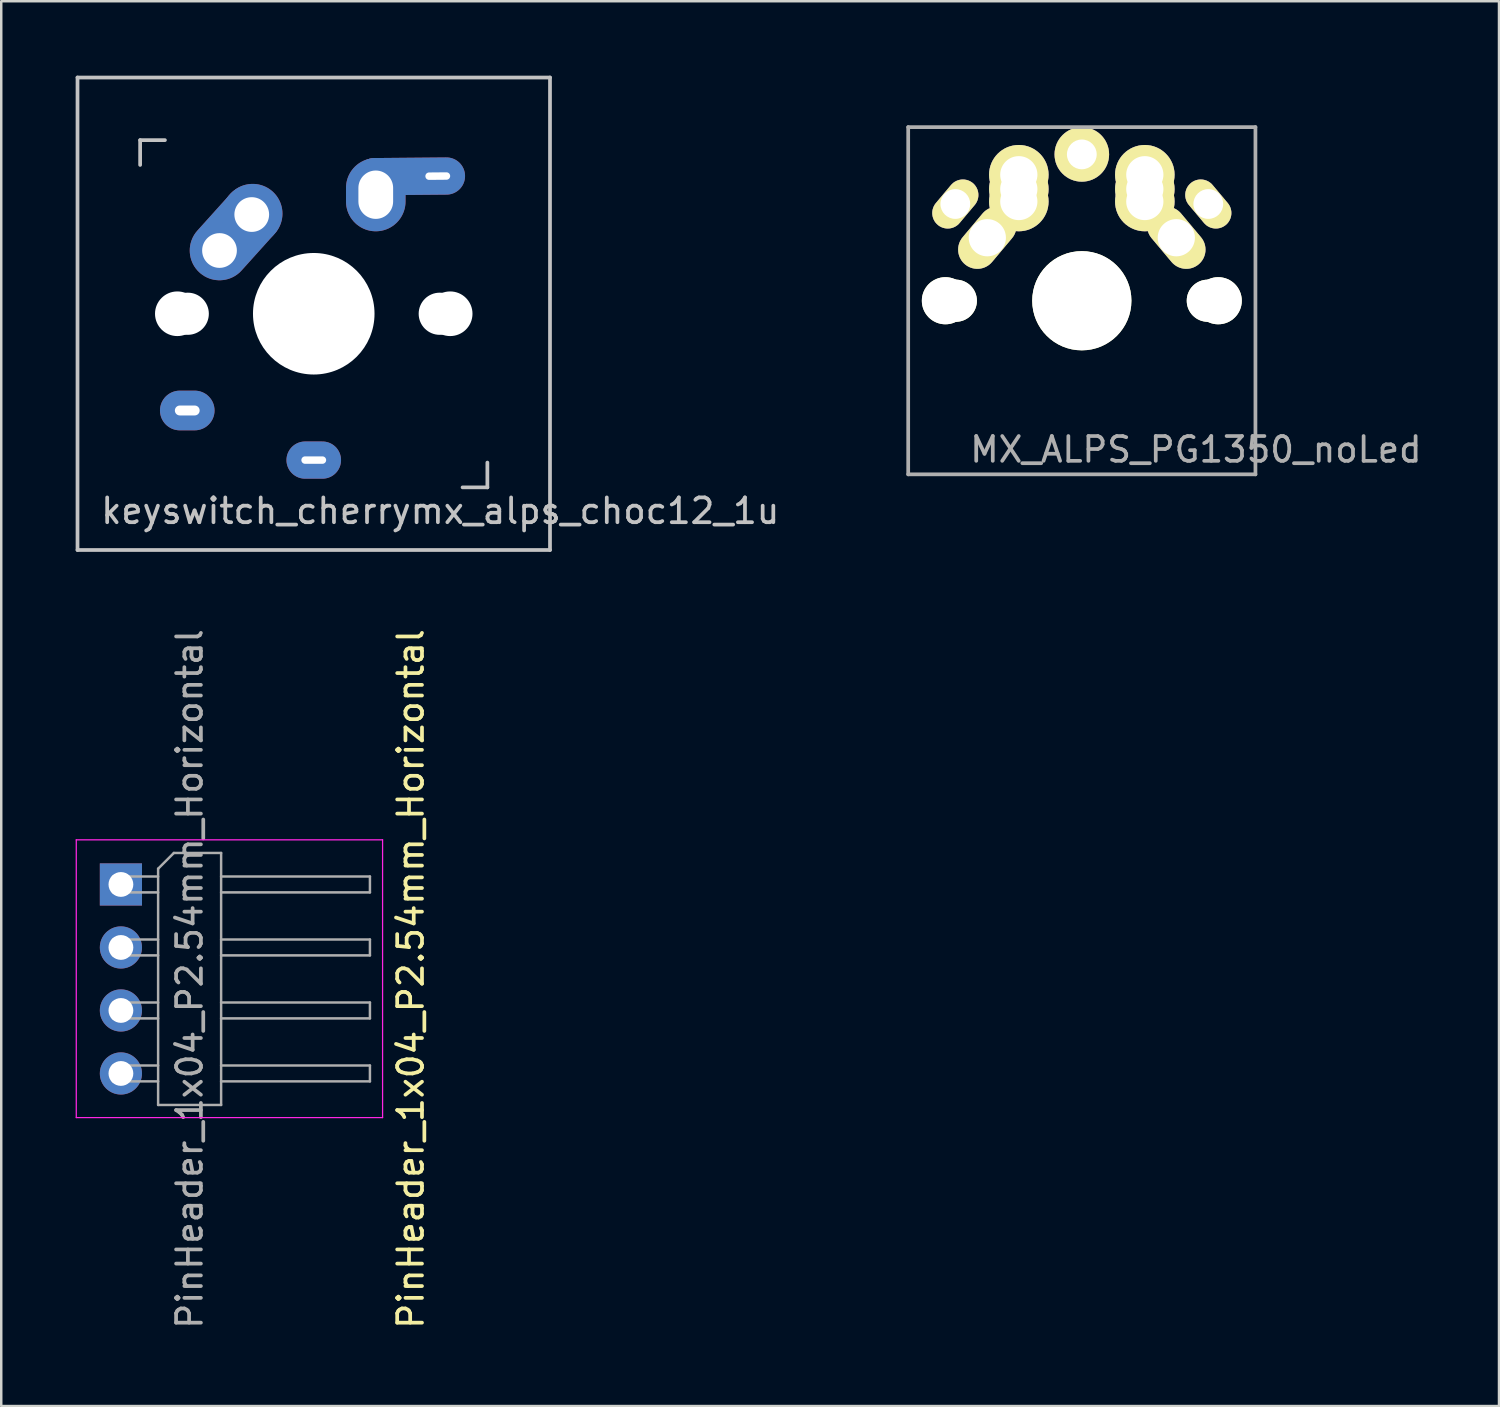
<source format=kicad_pcb>
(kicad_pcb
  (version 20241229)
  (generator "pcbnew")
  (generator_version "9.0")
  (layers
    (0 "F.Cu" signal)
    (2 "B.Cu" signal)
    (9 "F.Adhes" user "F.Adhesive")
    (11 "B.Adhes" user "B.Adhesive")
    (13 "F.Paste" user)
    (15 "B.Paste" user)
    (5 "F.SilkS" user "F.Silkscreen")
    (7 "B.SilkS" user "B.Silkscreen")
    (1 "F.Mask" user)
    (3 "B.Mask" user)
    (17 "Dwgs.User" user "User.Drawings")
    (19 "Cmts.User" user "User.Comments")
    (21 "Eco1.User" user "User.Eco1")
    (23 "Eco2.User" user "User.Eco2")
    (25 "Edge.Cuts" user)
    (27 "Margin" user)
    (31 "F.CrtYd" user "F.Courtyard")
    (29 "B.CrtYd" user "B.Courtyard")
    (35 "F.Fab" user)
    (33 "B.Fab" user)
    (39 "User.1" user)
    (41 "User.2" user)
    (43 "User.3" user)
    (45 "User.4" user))
  (footprint "PinHeader_1x04_P2.54mm_Horizontal"
    (layer "F.Cu")
    (at 1.825 32.61)
    (property "Reference" "PinHeader_1x04_P2.54mm_Horizontal" (at 11.684 3.81 270) (layer "F.SilkS") (effects (font (size 1 1) (thickness 0.15))))
    (attr through_hole)
    (fp_line (start -1.8 -1.8) (end -1.8 9.4) (stroke (width 0.05) (type solid)) (layer "F.CrtYd"))
    (fp_line (start -1.8 9.4) (end 10.55 9.4) (stroke (width 0.05) (type solid)) (layer "F.CrtYd"))
    (fp_line (start 10.55 -1.8) (end -1.8 -1.8) (stroke (width 0.05) (type solid)) (layer "F.CrtYd"))
    (fp_line (start 10.55 9.4) (end 10.55 -1.8) (stroke (width 0.05) (type solid)) (layer "F.CrtYd"))
    (fp_line (start -0.32 -0.32) (end -0.32 0.32) (stroke (width 0.1) (type solid)) (layer "F.Fab"))
    (fp_line (start -0.32 -0.32) (end 1.5 -0.32) (stroke (width 0.1) (type solid)) (layer "F.Fab"))
    (fp_line (start -0.32 0.32) (end 1.5 0.32) (stroke (width 0.1) (type solid)) (layer "F.Fab"))
    (fp_line (start -0.32 2.22) (end -0.32 2.86) (stroke (width 0.1) (type solid)) (layer "F.Fab"))
    (fp_line (start -0.32 2.22) (end 1.5 2.22) (stroke (width 0.1) (type solid)) (layer "F.Fab"))
    (fp_line (start -0.32 2.86) (end 1.5 2.86) (stroke (width 0.1) (type solid)) (layer "F.Fab"))
    (fp_line (start -0.32 4.76) (end -0.32 5.4) (stroke (width 0.1) (type solid)) (layer "F.Fab"))
    (fp_line (start -0.32 4.76) (end 1.5 4.76) (stroke (width 0.1) (type solid)) (layer "F.Fab"))
    (fp_line (start -0.32 5.4) (end 1.5 5.4) (stroke (width 0.1) (type solid)) (layer "F.Fab"))
    (fp_line (start -0.32 7.3) (end -0.32 7.94) (stroke (width 0.1) (type solid)) (layer "F.Fab"))
    (fp_line (start -0.32 7.3) (end 1.5 7.3) (stroke (width 0.1) (type solid)) (layer "F.Fab"))
    (fp_line (start -0.32 7.94) (end 1.5 7.94) (stroke (width 0.1) (type solid)) (layer "F.Fab"))
    (fp_line (start 1.5 -0.635) (end 2.135 -1.27) (stroke (width 0.1) (type solid)) (layer "F.Fab"))
    (fp_line (start 1.5 8.89) (end 1.5 -0.635) (stroke (width 0.1) (type solid)) (layer "F.Fab"))
    (fp_line (start 2.135 -1.27) (end 4.04 -1.27) (stroke (width 0.1) (type solid)) (layer "F.Fab"))
    (fp_line (start 4.04 -1.27) (end 4.04 8.89) (stroke (width 0.1) (type solid)) (layer "F.Fab"))
    (fp_line (start 4.04 -0.32) (end 10.04 -0.32) (stroke (width 0.1) (type solid)) (layer "F.Fab"))
    (fp_line (start 4.04 0.32) (end 10.04 0.32) (stroke (width 0.1) (type solid)) (layer "F.Fab"))
    (fp_line (start 4.04 2.22) (end 10.04 2.22) (stroke (width 0.1) (type solid)) (layer "F.Fab"))
    (fp_line (start 4.04 2.86) (end 10.04 2.86) (stroke (width 0.1) (type solid)) (layer "F.Fab"))
    (fp_line (start 4.04 4.76) (end 10.04 4.76) (stroke (width 0.1) (type solid)) (layer "F.Fab"))
    (fp_line (start 4.04 5.4) (end 10.04 5.4) (stroke (width 0.1) (type solid)) (layer "F.Fab"))
    (fp_line (start 4.04 7.3) (end 10.04 7.3) (stroke (width 0.1) (type solid)) (layer "F.Fab"))
    (fp_line (start 4.04 7.94) (end 10.04 7.94) (stroke (width 0.1) (type solid)) (layer "F.Fab"))
    (fp_line (start 4.04 8.89) (end 1.5 8.89) (stroke (width 0.1) (type solid)) (layer "F.Fab"))
    (fp_line (start 10.04 -0.32) (end 10.04 0.32) (stroke (width 0.1) (type solid)) (layer "F.Fab"))
    (fp_line (start 10.04 2.22) (end 10.04 2.86) (stroke (width 0.1) (type solid)) (layer "F.Fab"))
    (fp_line (start 10.04 4.76) (end 10.04 5.4) (stroke (width 0.1) (type solid)) (layer "F.Fab"))
    (fp_line (start 10.04 7.3) (end 10.04 7.94) (stroke (width 0.1) (type solid)) (layer "F.Fab"))
    (fp_text user "${REFERENCE}" (at 2.77 3.81 90) (layer "F.Fab") (effects (font (size 1 1) (thickness 0.15))))
    (pad "1" thru_hole rect (at 0 0) (size 1.7 1.7) (drill 1) (layers "*.Cu" "*.Mask"))
    (pad "2" thru_hole oval (at 0 2.54) (size 1.7 1.7) (drill 1) (layers "*.Cu" "*.Mask"))
    (pad "3" thru_hole oval (at 0 5.08) (size 1.7 1.7) (drill 1) (layers "*.Cu" "*.Mask"))
    (pad "4" thru_hole oval (at 0 7.62) (size 1.7 1.7) (drill 1) (layers "*.Cu" "*.Mask")))
  (footprint "MX_ALPS_PG1350_noLed"
    (layer "F.Cu")
    (at 40.567 9.075)
    (property "Reference" "MX_ALPS_PG1350_noLed" (at 4.6 6 0) (layer "F.Fab") (effects (font (size 1 1) (thickness 0.15))))
    (attr through_hole)
    (fp_line (start -9 -9) (end 9 -9) (stroke (width 0.15) (type solid)) (layer "Eco2.User"))
    (fp_line (start -9 9) (end -9 -9) (stroke (width 0.15) (type solid)) (layer "Eco2.User"))
    (fp_line (start -7 -7) (end 7 -7) (stroke (width 0.15) (type solid)) (layer "Eco2.User"))
    (fp_line (start -7 7) (end -7 -7) (stroke (width 0.15) (type solid)) (layer "Eco2.User"))
    (fp_line (start 7 -7) (end 7 7) (stroke (width 0.15) (type solid)) (layer "Eco2.User"))
    (fp_line (start 7 7) (end -7 7) (stroke (width 0.15) (type solid)) (layer "Eco2.User"))
    (fp_line (start 9 -9) (end 9 9) (stroke (width 0.15) (type solid)) (layer "Eco2.User"))
    (fp_line (start 9 9) (end -9 9) (stroke (width 0.15) (type solid)) (layer "Eco2.User"))
    (fp_line (start -7 -7) (end -7 7) (stroke (width 0.15) (type solid)) (layer "F.Fab"))
    (fp_line (start -7 7) (end 7 7) (stroke (width 0.15) (type solid)) (layer "F.Fab"))
    (fp_line (start 7 -7) (end -7 -7) (stroke (width 0.15) (type solid)) (layer "F.Fab"))
    (fp_line (start 7 7) (end 7 -7) (stroke (width 0.15) (type solid)) (layer "F.Fab"))
    (pad "" np_thru_hole circle (at -5.5 0 90) (size 1.9 1.9) (drill 1.9) (layers "*.Cu" "*.Mask" "F.SilkS"))
    (pad "" np_thru_hole circle (at -5.08 0) (size 1.7 1.7) (drill 1.7) (layers "*.Cu" "*.Mask" "F.SilkS"))
    (pad "" np_thru_hole circle (at 0 0 90) (size 4 4) (drill 4) (layers "*.Cu" "*.Mask" "F.SilkS"))
    (pad "" np_thru_hole circle (at 5.08 0) (size 1.7 1.7) (drill 1.7) (layers "*.Cu" "*.Mask" "F.SilkS"))
    (pad "" np_thru_hole circle (at 5.5 0 90) (size 1.9 1.9) (drill 1.9) (layers "*.Cu" "*.Mask" "F.SilkS"))
    (pad "1" thru_hole oval (at -5.1 -3.9 50) (size 2.2 1.25) (drill 1.2) (layers "*.Cu" "*.Mask" "F.SilkS"))
    (pad "1" thru_hole oval (at -3.81 -2.54 50) (size 2.8 1.55) (drill 1.5) (layers "*.Cu" "*.Mask" "F.SilkS"))
    (pad "1" thru_hole circle (at -2.54 -5.08) (size 2.4 2.4) (drill 1.5) (layers "*.Cu" "*.Mask" "F.SilkS"))
    (pad "1" thru_hole circle (at -2.54 -4.5) (size 2.4 2.4) (drill 1.5) (layers "*.Cu" "*.Mask" "F.SilkS"))
    (pad "1" thru_hole circle (at -2.54 -4) (size 2.4 2.4) (drill 1.5) (layers "*.Cu" "*.Mask" "F.SilkS"))
    (pad "1" thru_hole oval (at 5.1 -3.9 310) (size 2.2 1.25) (drill 1.2) (layers "*.Cu" "*.Mask" "F.SilkS"))
    (pad "2" thru_hole circle (at 0 -5.9 90) (size 2.2 2.2) (drill 1.2) (layers "*.Cu" "*.Mask" "F.SilkS"))
    (pad "2" thru_hole circle (at 2.54 -5.08) (size 2.4 2.4) (drill 1.5) (layers "*.Cu" "*.Mask" "F.SilkS"))
    (pad "2" thru_hole circle (at 2.54 -4.5) (size 2.4 2.4) (drill 1.5) (layers "*.Cu" "*.Mask" "F.SilkS"))
    (pad "2" thru_hole circle (at 2.54 -4) (size 2.4 2.4) (drill 1.5) (layers "*.Cu" "*.Mask" "F.SilkS"))
    (pad "2" thru_hole oval (at 3.81 -2.54 310) (size 2.8 1.55) (drill 1.5) (layers "*.Cu" "*.Mask" "F.SilkS")))
  (footprint "keyswitch_cherrymx_alps_choc12_1u"
    (layer "F.Cu")
    (at 9.6 9.6)
    (property "Reference" "keyswitch_cherrymx_alps_choc12_1u" (at 5.1 7.95 180) (layer "Dwgs.User") (effects (font (size 1 1) (thickness 0.15))))
    (attr through_hole)
    (fp_line (start -9.525 -9.525) (end 9.525 -9.525) (stroke (width 0.15) (type solid)) (layer "Dwgs.User"))
    (fp_line (start -9.525 9.525) (end -9.525 -9.525) (stroke (width 0.15) (type solid)) (layer "Dwgs.User"))
    (fp_line (start -7 -7) (end -6 -7) (stroke (width 0.15) (type solid)) (layer "Dwgs.User"))
    (fp_line (start -7 -6) (end -7 -7) (stroke (width 0.15) (type solid)) (layer "Dwgs.User"))
    (fp_line (start 6 7) (end 7 7) (stroke (width 0.15) (type solid)) (layer "Dwgs.User"))
    (fp_line (start 7 7) (end 7 6) (stroke (width 0.15) (type solid)) (layer "Dwgs.User"))
    (fp_line (start 9.525 -9.525) (end 9.525 9.525) (stroke (width 0.15) (type solid)) (layer "Dwgs.User"))
    (fp_line (start 9.525 9.525) (end -9.525 9.525) (stroke (width 0.15) (type solid)) (layer "Dwgs.User"))
    (pad "" np_thru_hole circle (at -5.5 0 90) (size 1.8 1.8) (drill 1.8) (layers "*.Cu"))
    (pad "" np_thru_hole circle (at -5.08 0) (size 1.7 1.7) (drill 1.7) (layers "*.Cu"))
    (pad "" np_thru_hole circle (at 0 0 90) (size 4.9 4.9) (drill 4.9) (layers "*.Cu"))
    (pad "" np_thru_hole circle (at 5.08 0) (size 1.7 1.7) (drill 1.7) (layers "*.Cu"))
    (pad "" np_thru_hole circle (at 5.5 0 90) (size 1.8 1.8) (drill 1.8) (layers "*.Cu"))
    (pad "1" thru_hole oval (at -5.1 3.9) (size 2.2 1.6) (drill oval 1 0.4) (layers "*.Cu" "B.Mask"))
    (pad "1" thru_hole oval (at -3.8 -2.55 318) (size 2.4 4.4) (drill 1.4 (offset 0 -1)) (layers "*.Cu" "B.Mask"))
    (pad "1" thru_hole circle (at -2.5 -4) (size 2.4 2.4) (drill 1.4) (layers "*.Cu" "B.Mask"))
    (pad "2" thru_hole oval (at 0 5.9) (size 2.2 1.5) (drill oval 1 0.3) (layers "*.Cu" "B.Mask"))
    (pad "2" thru_hole oval (at 2.5 -4.8) (size 2.4 2.95) (drill oval 1.4 1.95) (layers "*.Cu" "B.Mask"))
    (pad "2" thru_hole oval (at 5 -5.55 0.5) (size 4.4 1.5) (drill oval 1 0.3 (offset -1.1 0)) (layers "*.Cu" "B.Mask")))
  (gr_rect
    (start -3 -3)
    (end 57.387 53.64)
    (stroke (width 0.1) (type default))
    (fill no)
    (layer "Edge.Cuts")))
</source>
